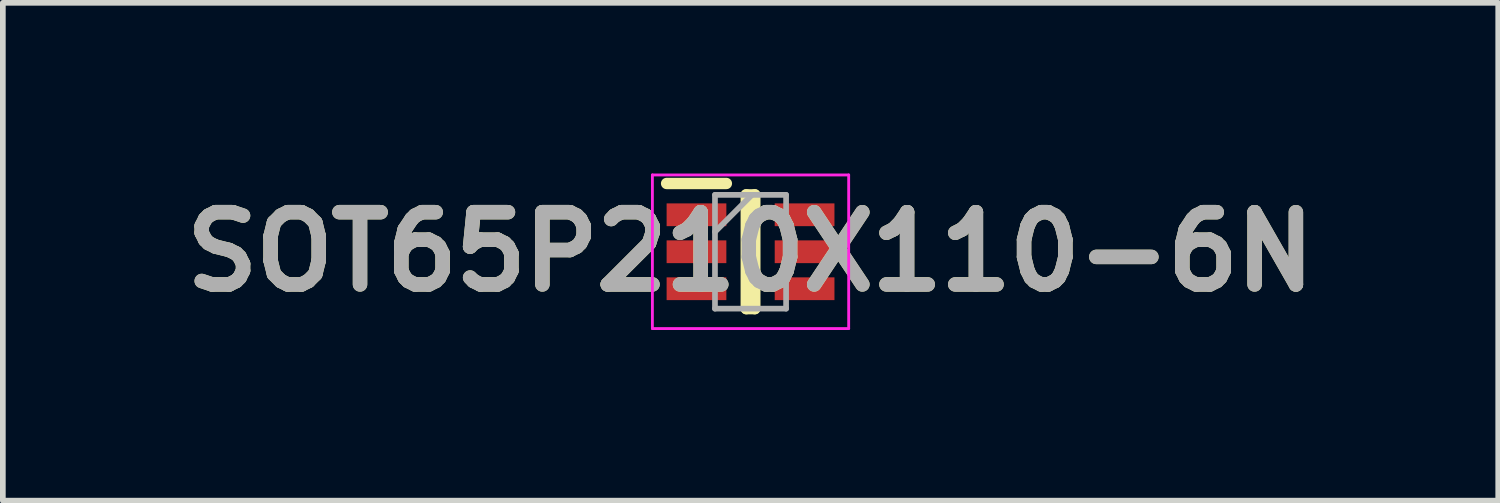
<source format=kicad_pcb>
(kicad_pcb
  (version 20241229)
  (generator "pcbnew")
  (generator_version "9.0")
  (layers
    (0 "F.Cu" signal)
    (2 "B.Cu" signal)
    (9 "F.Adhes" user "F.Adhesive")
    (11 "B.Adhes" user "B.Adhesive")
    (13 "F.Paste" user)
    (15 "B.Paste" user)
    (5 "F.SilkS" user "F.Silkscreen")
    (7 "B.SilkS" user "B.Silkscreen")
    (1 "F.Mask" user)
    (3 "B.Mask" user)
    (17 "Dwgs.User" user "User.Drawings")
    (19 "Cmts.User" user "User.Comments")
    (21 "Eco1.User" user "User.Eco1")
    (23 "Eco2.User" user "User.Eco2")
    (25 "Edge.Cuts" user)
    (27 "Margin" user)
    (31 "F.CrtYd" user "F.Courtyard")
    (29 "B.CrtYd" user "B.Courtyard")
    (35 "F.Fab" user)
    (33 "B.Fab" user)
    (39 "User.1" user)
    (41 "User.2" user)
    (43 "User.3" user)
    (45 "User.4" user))
  (footprint "SOT65P210X110-6N"
    (layer "F.Cu")
    (at 10.142 1.375)
    (property "Reference" "SOT65P210X110-6N" (at 0 0 0) (layer "F.SilkS") (effects (font (size 1.27 1.27) (thickness 0.254))))
    (attr smd)
    (fp_line (start -1.475 -1.2) (end -0.425 -1.2) (stroke (width 0.2) (type solid)) (layer "F.SilkS"))
    (fp_line (start -0.075 -1) (end 0.075 -1) (stroke (width 0.2) (type solid)) (layer "F.SilkS"))
    (fp_line (start -0.075 1) (end -0.075 -1) (stroke (width 0.2) (type solid)) (layer "F.SilkS"))
    (fp_line (start 0.075 -1) (end 0.075 1) (stroke (width 0.2) (type solid)) (layer "F.SilkS"))
    (fp_line (start 0.075 1) (end -0.075 1) (stroke (width 0.2) (type solid)) (layer "F.SilkS"))
    (fp_line (start -1.725 -1.35) (end 1.725 -1.35) (stroke (width 0.05) (type solid)) (layer "F.CrtYd"))
    (fp_line (start -1.725 1.35) (end -1.725 -1.35) (stroke (width 0.05) (type solid)) (layer "F.CrtYd"))
    (fp_line (start 1.725 -1.35) (end 1.725 1.35) (stroke (width 0.05) (type solid)) (layer "F.CrtYd"))
    (fp_line (start 1.725 1.35) (end -1.725 1.35) (stroke (width 0.05) (type solid)) (layer "F.CrtYd"))
    (fp_line (start -0.625 -1) (end 0.625 -1) (stroke (width 0.1) (type solid)) (layer "F.Fab"))
    (fp_line (start -0.625 -0.35) (end 0.025 -1) (stroke (width 0.1) (type solid)) (layer "F.Fab"))
    (fp_line (start -0.625 1) (end -0.625 -1) (stroke (width 0.1) (type solid)) (layer "F.Fab"))
    (fp_line (start 0.625 -1) (end 0.625 1) (stroke (width 0.1) (type solid)) (layer "F.Fab"))
    (fp_line (start 0.625 1) (end -0.625 1) (stroke (width 0.1) (type solid)) (layer "F.Fab"))
    (fp_text user "${REFERENCE}" (at 0 0 0) (layer "F.Fab") (effects (font (size 1.27 1.27) (thickness 0.254))))
    (pad "1" smd rect (at -0.95 -0.65 90) (size 0.4 1.05) (layers "F.Cu" "F.Mask" "F.Paste"))
    (pad "2" smd rect (at -0.95 0 90) (size 0.4 1.05) (layers "F.Cu" "F.Mask" "F.Paste"))
    (pad "3" smd rect (at -0.95 0.65 90) (size 0.4 1.05) (layers "F.Cu" "F.Mask" "F.Paste"))
    (pad "4" smd rect (at 0.95 0.65 90) (size 0.4 1.05) (layers "F.Cu" "F.Mask" "F.Paste"))
    (pad "5" smd rect (at 0.95 0 90) (size 0.4 1.05) (layers "F.Cu" "F.Mask" "F.Paste"))
    (pad "6" smd rect (at 0.95 -0.65 90) (size 0.4 1.05) (layers "F.Cu" "F.Mask" "F.Paste")))
  (gr_rect
    (start -3 -3)
    (end 23.284 5.75)
    (stroke (width 0.1) (type default))
    (fill no)
    (layer "Edge.Cuts")))
</source>
